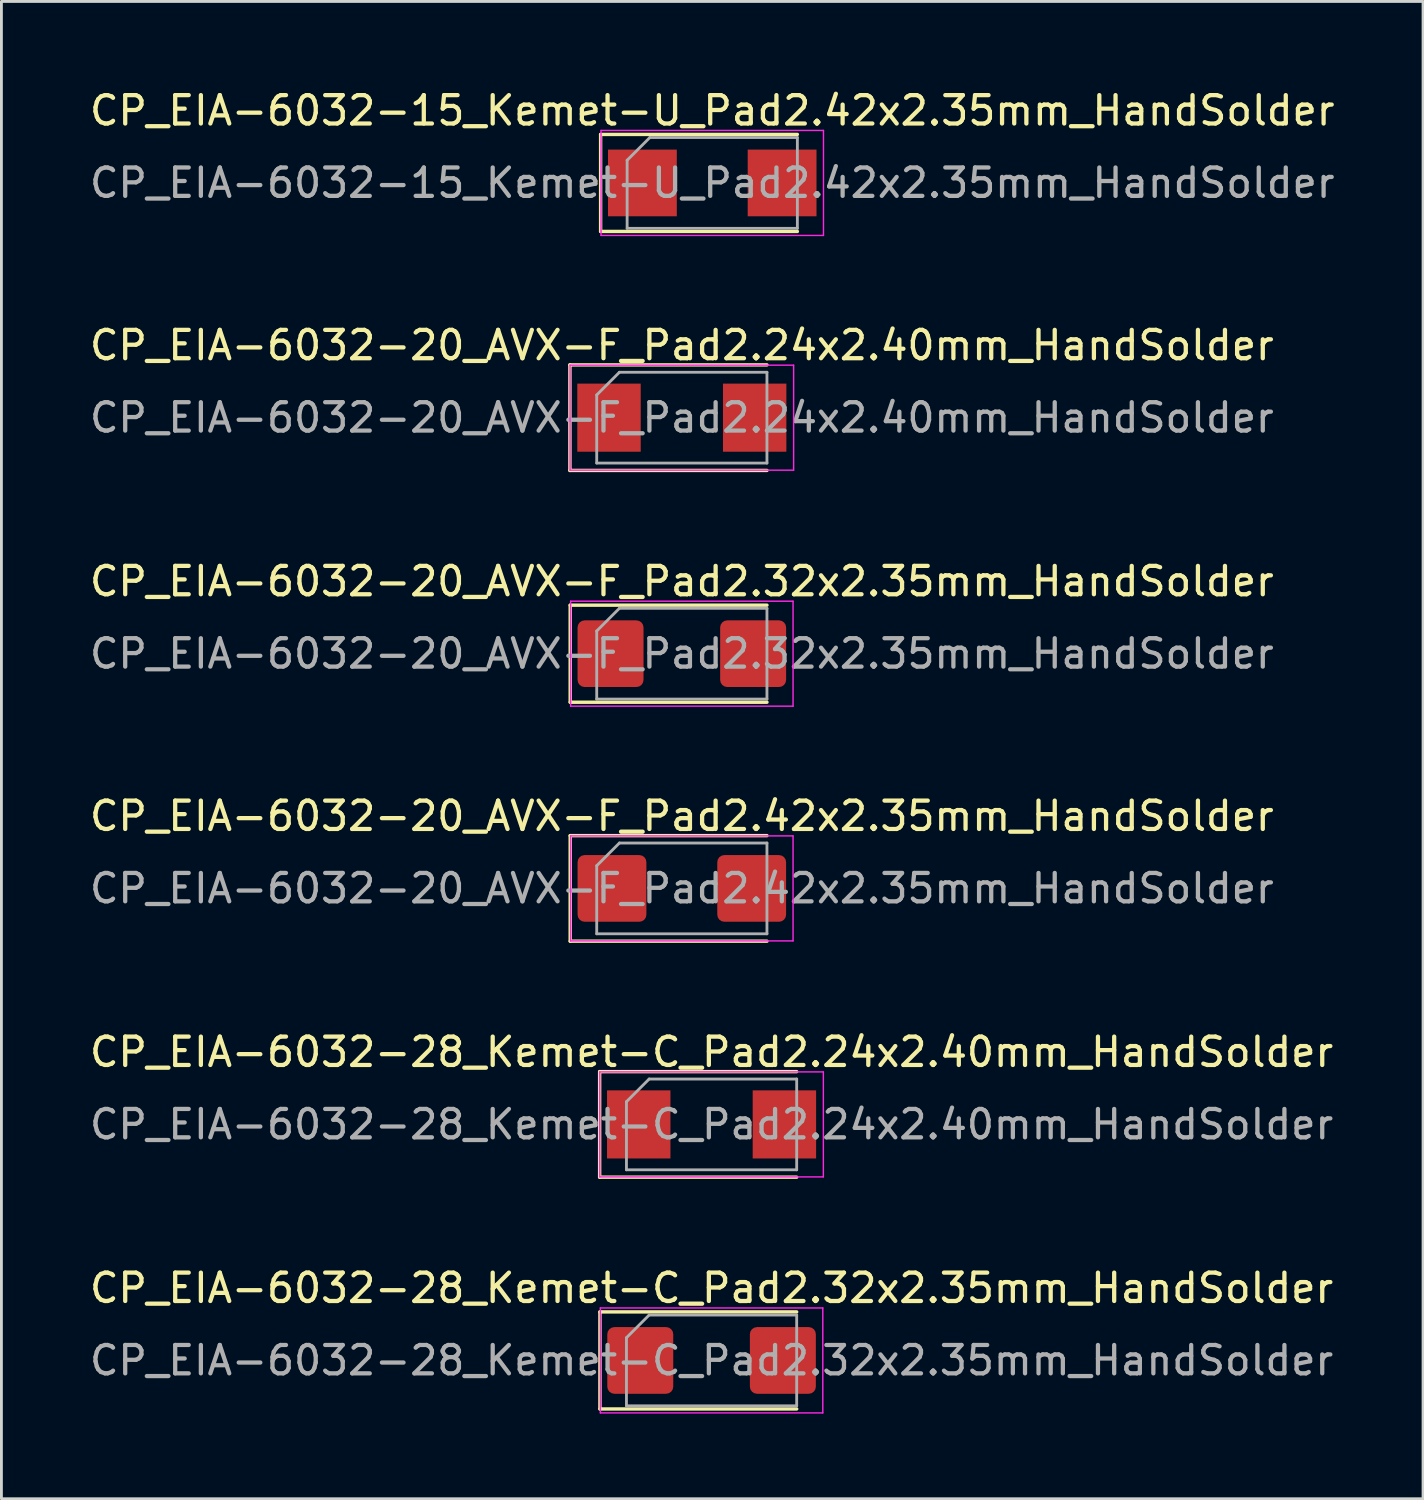
<source format=kicad_pcb>
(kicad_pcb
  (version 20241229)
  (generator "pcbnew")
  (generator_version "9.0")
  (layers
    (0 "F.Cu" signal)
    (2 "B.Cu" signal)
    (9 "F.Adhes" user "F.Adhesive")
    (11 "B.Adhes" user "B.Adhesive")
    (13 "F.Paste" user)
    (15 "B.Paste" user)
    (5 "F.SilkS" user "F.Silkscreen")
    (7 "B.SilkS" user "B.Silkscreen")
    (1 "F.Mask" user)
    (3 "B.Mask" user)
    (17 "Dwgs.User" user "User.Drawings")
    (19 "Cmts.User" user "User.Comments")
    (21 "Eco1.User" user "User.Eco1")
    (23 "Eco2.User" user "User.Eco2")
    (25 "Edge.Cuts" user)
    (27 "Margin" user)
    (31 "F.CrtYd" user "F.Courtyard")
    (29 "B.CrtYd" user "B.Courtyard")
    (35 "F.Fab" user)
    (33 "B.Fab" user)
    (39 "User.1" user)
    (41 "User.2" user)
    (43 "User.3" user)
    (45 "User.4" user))
  (footprint "CP_EIA-6032-20_AVX-F_Pad2.42x2.35mm_HandSolder"
    (layer "F.Cu")
    (at 20.982 28.263)
    (property "Reference" "CP_EIA-6032-20_AVX-F_Pad2.42x2.35mm_HandSolder" (at 0 -2.55 0) (layer "F.SilkS") (effects (font (size 1 1) (thickness 0.15))))
    (attr smd)
    (fp_line (start -3.935 -1.86) (end -3.935 1.86) (stroke (width 0.12) (type solid)) (layer "F.SilkS"))
    (fp_line (start -3.935 1.86) (end 3 1.86) (stroke (width 0.12) (type solid)) (layer "F.SilkS"))
    (fp_line (start 3 -1.86) (end -3.935 -1.86) (stroke (width 0.12) (type solid)) (layer "F.SilkS"))
    (fp_line (start -3.92 -1.85) (end 3.92 -1.85) (stroke (width 0.05) (type solid)) (layer "F.CrtYd"))
    (fp_line (start -3.92 1.85) (end -3.92 -1.85) (stroke (width 0.05) (type solid)) (layer "F.CrtYd"))
    (fp_line (start 3.92 -1.85) (end 3.92 1.85) (stroke (width 0.05) (type solid)) (layer "F.CrtYd"))
    (fp_line (start 3.92 1.85) (end -3.92 1.85) (stroke (width 0.05) (type solid)) (layer "F.CrtYd"))
    (fp_line (start -3 -0.8) (end -3 1.6) (stroke (width 0.1) (type solid)) (layer "F.Fab"))
    (fp_line (start -3 1.6) (end 3 1.6) (stroke (width 0.1) (type solid)) (layer "F.Fab"))
    (fp_line (start -2.2 -1.6) (end -3 -0.8) (stroke (width 0.1) (type solid)) (layer "F.Fab"))
    (fp_line (start 3 -1.6) (end -2.2 -1.6) (stroke (width 0.1) (type solid)) (layer "F.Fab"))
    (fp_line (start 3 1.6) (end 3 -1.6) (stroke (width 0.1) (type solid)) (layer "F.Fab"))
    (fp_text user "${REFERENCE}" (at 0 0 0) (layer "F.Fab") (effects (font (size 1 1) (thickness 0.15))))
    (pad "1" smd roundrect (at -2.462 0) (size 2.425 2.35) (layers "F.Cu" "F.Mask" "F.Paste") (roundrect_rratio 0.106))
    (pad "2" smd roundrect (at 2.462 0) (size 2.425 2.35) (layers "F.Cu" "F.Mask" "F.Paste") (roundrect_rratio 0.106)))
  (footprint "CP_EIA-6032-20_AVX-F_Pad2.24x2.40mm_HandSolder"
    (layer "F.Cu")
    (at 20.982 11.671)
    (property "Reference" "CP_EIA-6032-20_AVX-F_Pad2.24x2.40mm_HandSolder" (at 0 -2.55 0) (layer "F.SilkS") (effects (font (size 1 1) (thickness 0.15))))
    (attr smd)
    (fp_line (start -3.945 -1.86) (end -3.945 1.86) (stroke (width 0.12) (type solid)) (layer "F.SilkS"))
    (fp_line (start -3.945 1.86) (end 3 1.86) (stroke (width 0.12) (type solid)) (layer "F.SilkS"))
    (fp_line (start 3 -1.86) (end -3.945 -1.86) (stroke (width 0.12) (type solid)) (layer "F.SilkS"))
    (fp_line (start -3.94 -1.85) (end 3.94 -1.85) (stroke (width 0.05) (type solid)) (layer "F.CrtYd"))
    (fp_line (start -3.94 1.85) (end -3.94 -1.85) (stroke (width 0.05) (type solid)) (layer "F.CrtYd"))
    (fp_line (start 3.94 -1.85) (end 3.94 1.85) (stroke (width 0.05) (type solid)) (layer "F.CrtYd"))
    (fp_line (start 3.94 1.85) (end -3.94 1.85) (stroke (width 0.05) (type solid)) (layer "F.CrtYd"))
    (fp_line (start -3 -0.8) (end -3 1.6) (stroke (width 0.1) (type solid)) (layer "F.Fab"))
    (fp_line (start -3 1.6) (end 3 1.6) (stroke (width 0.1) (type solid)) (layer "F.Fab"))
    (fp_line (start -2.2 -1.6) (end -3 -0.8) (stroke (width 0.1) (type solid)) (layer "F.Fab"))
    (fp_line (start 3 -1.6) (end -2.2 -1.6) (stroke (width 0.1) (type solid)) (layer "F.Fab"))
    (fp_line (start 3 1.6) (end 3 -1.6) (stroke (width 0.1) (type solid)) (layer "F.Fab"))
    (fp_text user "${REFERENCE}" (at 0 0 0) (layer "F.Fab") (effects (font (size 1 1) (thickness 0.15))))
    (pad "1" smd rect (at -2.567 0) (size 2.235 2.4) (layers "F.Cu" "F.Mask" "F.Paste"))
    (pad "2" smd rect (at 2.567 0) (size 2.235 2.4) (layers "F.Cu" "F.Mask" "F.Paste")))
  (footprint "CP_EIA-6032-28_Kemet-C_Pad2.32x2.35mm_HandSolder"
    (layer "F.Cu")
    (at 22.03 44.9)
    (property "Reference" "CP_EIA-6032-28_Kemet-C_Pad2.32x2.35mm_HandSolder" (at 0 -2.55 0) (layer "F.SilkS") (effects (font (size 1 1) (thickness 0.15))))
    (attr smd)
    (fp_line (start -3.935 -1.71) (end -3.935 1.71) (stroke (width 0.12) (type solid)) (layer "F.SilkS"))
    (fp_line (start -3.935 1.71) (end 3 1.71) (stroke (width 0.12) (type solid)) (layer "F.SilkS"))
    (fp_line (start 3 -1.71) (end -3.935 -1.71) (stroke (width 0.12) (type solid)) (layer "F.SilkS"))
    (fp_line (start -3.92 -1.85) (end 3.92 -1.85) (stroke (width 0.05) (type solid)) (layer "F.CrtYd"))
    (fp_line (start -3.92 1.85) (end -3.92 -1.85) (stroke (width 0.05) (type solid)) (layer "F.CrtYd"))
    (fp_line (start 3.92 -1.85) (end 3.92 1.85) (stroke (width 0.05) (type solid)) (layer "F.CrtYd"))
    (fp_line (start 3.92 1.85) (end -3.92 1.85) (stroke (width 0.05) (type solid)) (layer "F.CrtYd"))
    (fp_line (start -3 -0.8) (end -3 1.6) (stroke (width 0.1) (type solid)) (layer "F.Fab"))
    (fp_line (start -3 1.6) (end 3 1.6) (stroke (width 0.1) (type solid)) (layer "F.Fab"))
    (fp_line (start -2.2 -1.6) (end -3 -0.8) (stroke (width 0.1) (type solid)) (layer "F.Fab"))
    (fp_line (start 3 -1.6) (end -2.2 -1.6) (stroke (width 0.1) (type solid)) (layer "F.Fab"))
    (fp_line (start 3 1.6) (end 3 -1.6) (stroke (width 0.1) (type solid)) (layer "F.Fab"))
    (fp_text user "${REFERENCE}" (at 0 0 0) (layer "F.Fab") (effects (font (size 1 1) (thickness 0.15))))
    (pad "1" smd roundrect (at -2.513 0) (size 2.325 2.35) (layers "F.Cu" "F.Mask" "F.Paste") (roundrect_rratio 0.108))
    (pad "2" smd roundrect (at 2.513 0) (size 2.325 2.35) (layers "F.Cu" "F.Mask" "F.Paste") (roundrect_rratio 0.108)))
  (footprint "CP_EIA-6032-20_AVX-F_Pad2.32x2.35mm_HandSolder"
    (layer "F.Cu")
    (at 20.982 19.99)
    (property "Reference" "CP_EIA-6032-20_AVX-F_Pad2.32x2.35mm_HandSolder" (at 0 -2.55 0) (layer "F.SilkS") (effects (font (size 1 1) (thickness 0.15))))
    (attr smd)
    (fp_line (start -3.935 -1.71) (end -3.935 1.71) (stroke (width 0.12) (type solid)) (layer "F.SilkS"))
    (fp_line (start -3.935 1.71) (end 3 1.71) (stroke (width 0.12) (type solid)) (layer "F.SilkS"))
    (fp_line (start 3 -1.71) (end -3.935 -1.71) (stroke (width 0.12) (type solid)) (layer "F.SilkS"))
    (fp_line (start -3.92 -1.85) (end 3.92 -1.85) (stroke (width 0.05) (type solid)) (layer "F.CrtYd"))
    (fp_line (start -3.92 1.85) (end -3.92 -1.85) (stroke (width 0.05) (type solid)) (layer "F.CrtYd"))
    (fp_line (start 3.92 -1.85) (end 3.92 1.85) (stroke (width 0.05) (type solid)) (layer "F.CrtYd"))
    (fp_line (start 3.92 1.85) (end -3.92 1.85) (stroke (width 0.05) (type solid)) (layer "F.CrtYd"))
    (fp_line (start -3 -0.8) (end -3 1.6) (stroke (width 0.1) (type solid)) (layer "F.Fab"))
    (fp_line (start -3 1.6) (end 3 1.6) (stroke (width 0.1) (type solid)) (layer "F.Fab"))
    (fp_line (start -2.2 -1.6) (end -3 -0.8) (stroke (width 0.1) (type solid)) (layer "F.Fab"))
    (fp_line (start 3 -1.6) (end -2.2 -1.6) (stroke (width 0.1) (type solid)) (layer "F.Fab"))
    (fp_line (start 3 1.6) (end 3 -1.6) (stroke (width 0.1) (type solid)) (layer "F.Fab"))
    (fp_text user "${REFERENCE}" (at 0 0 0) (layer "F.Fab") (effects (font (size 1 1) (thickness 0.15))))
    (pad "1" smd roundrect (at -2.513 0) (size 2.325 2.35) (layers "F.Cu" "F.Mask" "F.Paste") (roundrect_rratio 0.108))
    (pad "2" smd roundrect (at 2.513 0) (size 2.325 2.35) (layers "F.Cu" "F.Mask" "F.Paste") (roundrect_rratio 0.108)))
  (footprint "CP_EIA-6032-15_Kemet-U_Pad2.42x2.35mm_HandSolder"
    (layer "F.Cu")
    (at 22.054 3.398)
    (property "Reference" "CP_EIA-6032-15_Kemet-U_Pad2.42x2.35mm_HandSolder" (at 0 -2.55 0) (layer "F.SilkS") (effects (font (size 1 1) (thickness 0.15))))
    (attr smd)
    (fp_line (start -3.935 -1.71) (end -3.935 1.71) (stroke (width 0.12) (type solid)) (layer "F.SilkS"))
    (fp_line (start -3.935 1.71) (end 3 1.71) (stroke (width 0.12) (type solid)) (layer "F.SilkS"))
    (fp_line (start 3 -1.71) (end -3.935 -1.71) (stroke (width 0.12) (type solid)) (layer "F.SilkS"))
    (fp_line (start -3.92 -1.85) (end 3.92 -1.85) (stroke (width 0.05) (type solid)) (layer "F.CrtYd"))
    (fp_line (start -3.92 1.85) (end -3.92 -1.85) (stroke (width 0.05) (type solid)) (layer "F.CrtYd"))
    (fp_line (start 3.92 -1.85) (end 3.92 1.85) (stroke (width 0.05) (type solid)) (layer "F.CrtYd"))
    (fp_line (start 3.92 1.85) (end -3.92 1.85) (stroke (width 0.05) (type solid)) (layer "F.CrtYd"))
    (fp_line (start -3 -0.8) (end -3 1.6) (stroke (width 0.1) (type solid)) (layer "F.Fab"))
    (fp_line (start -3 1.6) (end 3 1.6) (stroke (width 0.1) (type solid)) (layer "F.Fab"))
    (fp_line (start -2.2 -1.6) (end -3 -0.8) (stroke (width 0.1) (type solid)) (layer "F.Fab"))
    (fp_line (start 3 -1.6) (end -2.2 -1.6) (stroke (width 0.1) (type solid)) (layer "F.Fab"))
    (fp_line (start 3 1.6) (end 3 -1.6) (stroke (width 0.1) (type solid)) (layer "F.Fab"))
    (fp_text user "${REFERENCE}" (at 0 0 0) (layer "F.Fab") (effects (font (size 1 1) (thickness 0.15))))
    (pad "1" smd rect (at -2.462 0) (size 2.425 2.35) (layers "F.Cu" "F.Mask" "F.Paste"))
    (pad "2" smd rect (at 2.462 0) (size 2.425 2.35) (layers "F.Cu" "F.Mask" "F.Paste")))
  (footprint "CP_EIA-6032-28_Kemet-C_Pad2.24x2.40mm_HandSolder"
    (layer "F.Cu")
    (at 22.03 36.581)
    (property "Reference" "CP_EIA-6032-28_Kemet-C_Pad2.24x2.40mm_HandSolder" (at 0 -2.55 0) (layer "F.SilkS") (effects (font (size 1 1) (thickness 0.15))))
    (attr smd)
    (fp_line (start -3.945 -1.86) (end -3.945 1.86) (stroke (width 0.12) (type solid)) (layer "F.SilkS"))
    (fp_line (start -3.945 1.86) (end 3 1.86) (stroke (width 0.12) (type solid)) (layer "F.SilkS"))
    (fp_line (start 3 -1.86) (end -3.945 -1.86) (stroke (width 0.12) (type solid)) (layer "F.SilkS"))
    (fp_line (start -3.94 -1.85) (end 3.94 -1.85) (stroke (width 0.05) (type solid)) (layer "F.CrtYd"))
    (fp_line (start -3.94 1.85) (end -3.94 -1.85) (stroke (width 0.05) (type solid)) (layer "F.CrtYd"))
    (fp_line (start 3.94 -1.85) (end 3.94 1.85) (stroke (width 0.05) (type solid)) (layer "F.CrtYd"))
    (fp_line (start 3.94 1.85) (end -3.94 1.85) (stroke (width 0.05) (type solid)) (layer "F.CrtYd"))
    (fp_line (start -3 -0.8) (end -3 1.6) (stroke (width 0.1) (type solid)) (layer "F.Fab"))
    (fp_line (start -3 1.6) (end 3 1.6) (stroke (width 0.1) (type solid)) (layer "F.Fab"))
    (fp_line (start -2.2 -1.6) (end -3 -0.8) (stroke (width 0.1) (type solid)) (layer "F.Fab"))
    (fp_line (start 3 -1.6) (end -2.2 -1.6) (stroke (width 0.1) (type solid)) (layer "F.Fab"))
    (fp_line (start 3 1.6) (end 3 -1.6) (stroke (width 0.1) (type solid)) (layer "F.Fab"))
    (fp_text user "${REFERENCE}" (at 0 0 0) (layer "F.Fab") (effects (font (size 1 1) (thickness 0.15))))
    (pad "1" smd rect (at -2.567 0) (size 2.235 2.4) (layers "F.Cu" "F.Mask" "F.Paste"))
    (pad "2" smd rect (at 2.567 0) (size 2.235 2.4) (layers "F.Cu" "F.Mask" "F.Paste")))
  (gr_rect
    (start -3 -3)
    (end 47.107 49.775)
    (stroke (width 0.1) (type default))
    (fill no)
    (layer "Edge.Cuts")))
</source>
